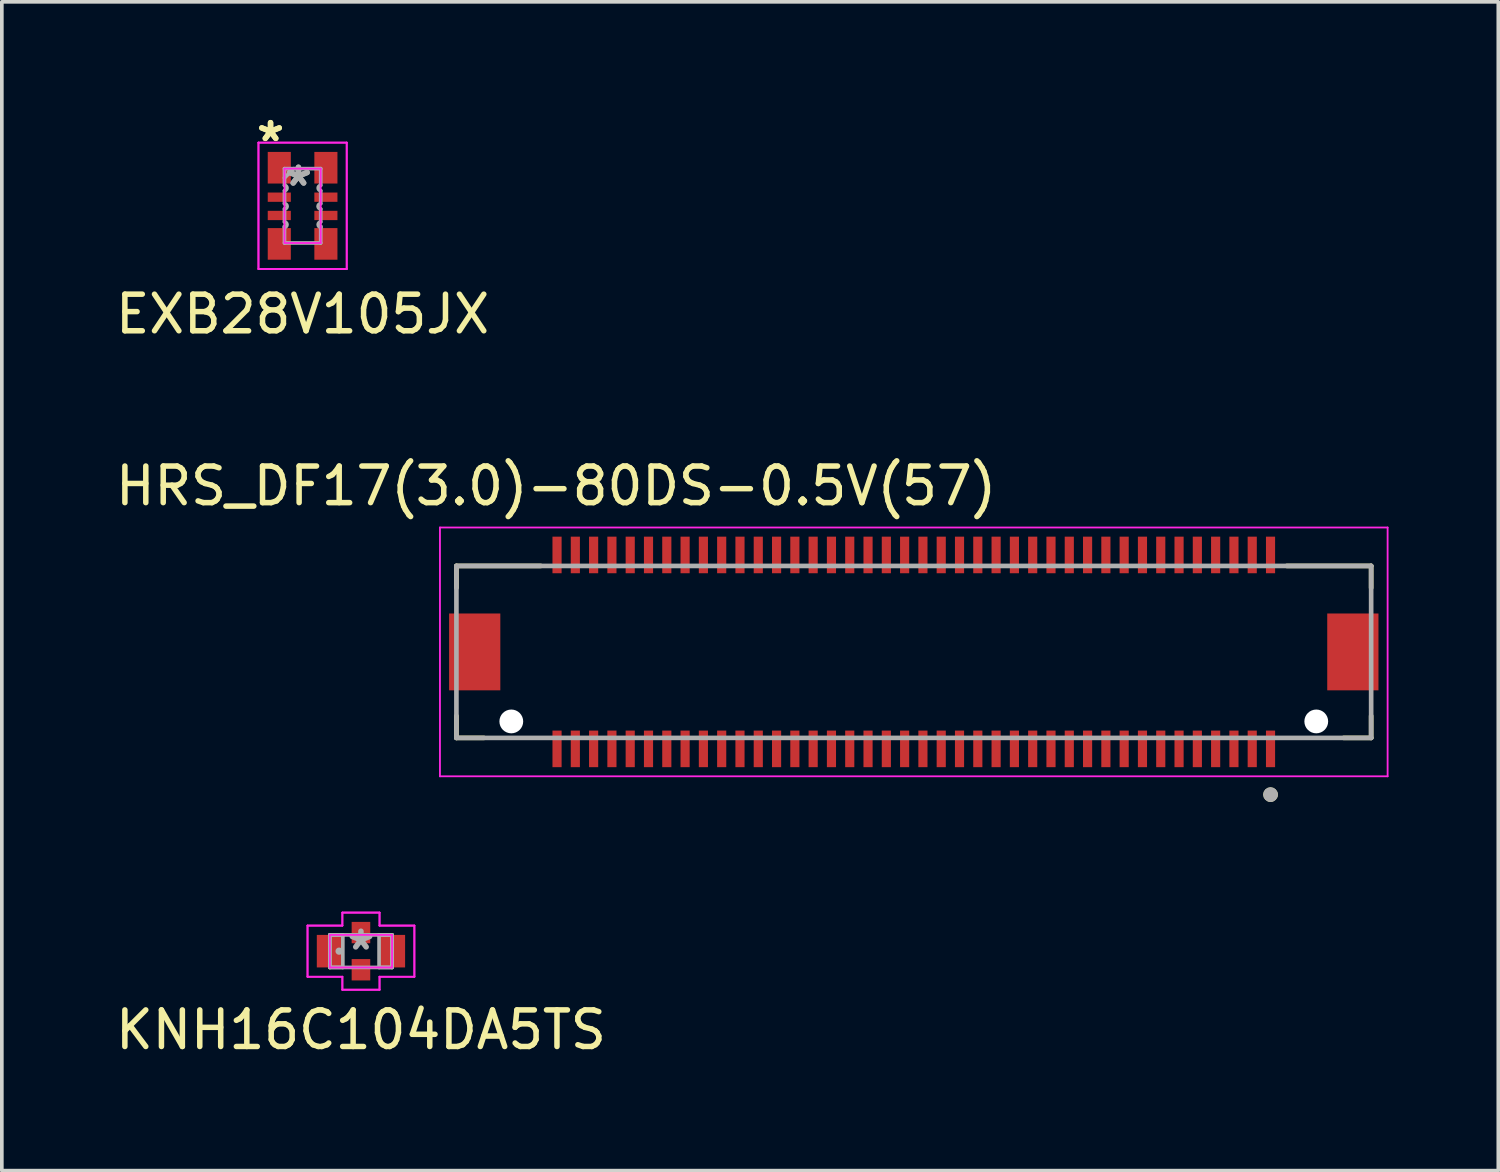
<source format=kicad_pcb>
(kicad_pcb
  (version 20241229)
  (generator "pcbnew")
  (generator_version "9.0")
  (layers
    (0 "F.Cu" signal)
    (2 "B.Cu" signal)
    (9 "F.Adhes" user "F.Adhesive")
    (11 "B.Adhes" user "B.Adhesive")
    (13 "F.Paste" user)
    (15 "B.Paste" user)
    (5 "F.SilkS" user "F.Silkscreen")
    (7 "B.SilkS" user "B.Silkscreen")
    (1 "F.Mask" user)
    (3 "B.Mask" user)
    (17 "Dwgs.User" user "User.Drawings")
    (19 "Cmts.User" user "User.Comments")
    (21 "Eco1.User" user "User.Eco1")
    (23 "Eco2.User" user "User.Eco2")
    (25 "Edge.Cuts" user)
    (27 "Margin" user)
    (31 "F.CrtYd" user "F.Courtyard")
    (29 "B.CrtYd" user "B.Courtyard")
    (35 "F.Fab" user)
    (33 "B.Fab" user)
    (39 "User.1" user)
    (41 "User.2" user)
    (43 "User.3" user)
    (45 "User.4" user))
  (footprint "HRS_DF17(3.0)-80DS-0.5V(57)"
    (layer "F.Cu")
    (at 21.924 14.767)
    (property "Reference" "HRS_DF17(3.0)-80DS-0.5V(57)" (at -9.775 -4.535 0) (layer "F.SilkS") (effects (font (size 1 1) (thickness 0.15))))
    (attr through_hole)
    (fp_line (start -12.5 -2.35) (end -12.5 -1.75) (stroke (width 0.127) (type solid)) (layer "F.SilkS"))
    (fp_line (start -12.5 2.35) (end -12.5 1.75) (stroke (width 0.127) (type solid)) (layer "F.SilkS"))
    (fp_line (start -12.5 2.35) (end -11.75 2.35) (stroke (width 0.127) (type solid)) (layer "F.SilkS"))
    (fp_line (start -10.195 -2.35) (end -12.5 -2.35) (stroke (width 0.127) (type solid)) (layer "F.SilkS"))
    (fp_line (start 11.75 2.35) (end 12.5 2.35) (stroke (width 0.127) (type solid)) (layer "F.SilkS"))
    (fp_line (start 12.5 -2.35) (end 10.195 -2.35) (stroke (width 0.127) (type solid)) (layer "F.SilkS"))
    (fp_line (start 12.5 -2.35) (end 12.5 -1.75) (stroke (width 0.127) (type solid)) (layer "F.SilkS"))
    (fp_line (start 12.5 2.35) (end 12.5 1.75) (stroke (width 0.127) (type solid)) (layer "F.SilkS"))
    (fp_circle (center 9.75 3.9) (end 9.85 3.9) (stroke (width 0.2) (type solid)) (fill no) (layer "F.SilkS"))
    (fp_line (start -12.95 -3.4) (end -12.95 3.4) (stroke (width 0.05) (type solid)) (layer "F.CrtYd"))
    (fp_line (start -12.95 3.4) (end 12.95 3.4) (stroke (width 0.05) (type solid)) (layer "F.CrtYd"))
    (fp_line (start 12.95 -3.4) (end -12.95 -3.4) (stroke (width 0.05) (type solid)) (layer "F.CrtYd"))
    (fp_line (start 12.95 3.4) (end 12.95 -3.4) (stroke (width 0.05) (type solid)) (layer "F.CrtYd"))
    (fp_line (start -12.5 -2.35) (end -12.5 2.35) (stroke (width 0.127) (type solid)) (layer "F.Fab"))
    (fp_line (start -12.5 2.35) (end 12.5 2.35) (stroke (width 0.127) (type solid)) (layer "F.Fab"))
    (fp_line (start 12.5 -2.35) (end -12.5 -2.35) (stroke (width 0.127) (type solid)) (layer "F.Fab"))
    (fp_line (start 12.5 2.35) (end 12.5 -2.35) (stroke (width 0.127) (type solid)) (layer "F.Fab"))
    (fp_circle (center 9.75 3.9) (end 9.85 3.9) (stroke (width 0.2) (type solid)) (fill no) (layer "F.Fab"))
    (pad "" np_thru_hole circle (at -11 1.9) (size 0.65 0.65) (drill 0.65) (layers "*.Cu" "*.Mask"))
    (pad "" np_thru_hole circle (at 11 1.9) (size 0.65 0.65) (drill 0.65) (layers "*.Cu" "*.Mask"))
    (pad "1" smd rect (at 9.75 2.65) (size 0.25 1) (layers "F.Cu" "F.Mask" "F.Paste"))
    (pad "2" smd rect (at 9.75 -2.65) (size 0.25 1) (layers "F.Cu" "F.Mask" "F.Paste"))
    (pad "3" smd rect (at 9.25 2.65) (size 0.25 1) (layers "F.Cu" "F.Mask" "F.Paste"))
    (pad "4" smd rect (at 9.25 -2.65) (size 0.25 1) (layers "F.Cu" "F.Mask" "F.Paste"))
    (pad "5" smd rect (at 8.75 2.65) (size 0.25 1) (layers "F.Cu" "F.Mask" "F.Paste"))
    (pad "6" smd rect (at 8.75 -2.65) (size 0.25 1) (layers "F.Cu" "F.Mask" "F.Paste"))
    (pad "7" smd rect (at 8.25 2.65) (size 0.25 1) (layers "F.Cu" "F.Mask" "F.Paste"))
    (pad "8" smd rect (at 8.25 -2.65) (size 0.25 1) (layers "F.Cu" "F.Mask" "F.Paste"))
    (pad "9" smd rect (at 7.75 2.65) (size 0.25 1) (layers "F.Cu" "F.Mask" "F.Paste"))
    (pad "10" smd rect (at 7.75 -2.65) (size 0.25 1) (layers "F.Cu" "F.Mask" "F.Paste"))
    (pad "11" smd rect (at 7.25 2.65) (size 0.25 1) (layers "F.Cu" "F.Mask" "F.Paste"))
    (pad "12" smd rect (at 7.25 -2.65) (size 0.25 1) (layers "F.Cu" "F.Mask" "F.Paste"))
    (pad "13" smd rect (at 6.75 2.65) (size 0.25 1) (layers "F.Cu" "F.Mask" "F.Paste"))
    (pad "14" smd rect (at 6.75 -2.65) (size 0.25 1) (layers "F.Cu" "F.Mask" "F.Paste"))
    (pad "15" smd rect (at 6.25 2.65) (size 0.25 1) (layers "F.Cu" "F.Mask" "F.Paste"))
    (pad "16" smd rect (at 6.25 -2.65) (size 0.25 1) (layers "F.Cu" "F.Mask" "F.Paste"))
    (pad "17" smd rect (at 5.75 2.65) (size 0.25 1) (layers "F.Cu" "F.Mask" "F.Paste"))
    (pad "18" smd rect (at 5.75 -2.65) (size 0.25 1) (layers "F.Cu" "F.Mask" "F.Paste"))
    (pad "19" smd rect (at 5.25 2.65) (size 0.25 1) (layers "F.Cu" "F.Mask" "F.Paste"))
    (pad "20" smd rect (at 5.25 -2.65) (size 0.25 1) (layers "F.Cu" "F.Mask" "F.Paste"))
    (pad "21" smd rect (at 4.75 2.65) (size 0.25 1) (layers "F.Cu" "F.Mask" "F.Paste"))
    (pad "22" smd rect (at 4.75 -2.65) (size 0.25 1) (layers "F.Cu" "F.Mask" "F.Paste"))
    (pad "23" smd rect (at 4.25 2.65) (size 0.25 1) (layers "F.Cu" "F.Mask" "F.Paste"))
    (pad "24" smd rect (at 4.25 -2.65) (size 0.25 1) (layers "F.Cu" "F.Mask" "F.Paste"))
    (pad "25" smd rect (at 3.75 2.65) (size 0.25 1) (layers "F.Cu" "F.Mask" "F.Paste"))
    (pad "26" smd rect (at 3.75 -2.65) (size 0.25 1) (layers "F.Cu" "F.Mask" "F.Paste"))
    (pad "27" smd rect (at 3.25 2.65) (size 0.25 1) (layers "F.Cu" "F.Mask" "F.Paste"))
    (pad "28" smd rect (at 3.25 -2.65) (size 0.25 1) (layers "F.Cu" "F.Mask" "F.Paste"))
    (pad "29" smd rect (at 2.75 2.65) (size 0.25 1) (layers "F.Cu" "F.Mask" "F.Paste"))
    (pad "30" smd rect (at 2.75 -2.65) (size 0.25 1) (layers "F.Cu" "F.Mask" "F.Paste"))
    (pad "31" smd rect (at 2.25 2.65) (size 0.25 1) (layers "F.Cu" "F.Mask" "F.Paste"))
    (pad "32" smd rect (at 2.25 -2.65) (size 0.25 1) (layers "F.Cu" "F.Mask" "F.Paste"))
    (pad "33" smd rect (at 1.75 2.65) (size 0.25 1) (layers "F.Cu" "F.Mask" "F.Paste"))
    (pad "34" smd rect (at 1.75 -2.65) (size 0.25 1) (layers "F.Cu" "F.Mask" "F.Paste"))
    (pad "35" smd rect (at 1.25 2.65) (size 0.25 1) (layers "F.Cu" "F.Mask" "F.Paste"))
    (pad "36" smd rect (at 1.25 -2.65) (size 0.25 1) (layers "F.Cu" "F.Mask" "F.Paste"))
    (pad "37" smd rect (at 0.75 2.65) (size 0.25 1) (layers "F.Cu" "F.Mask" "F.Paste"))
    (pad "38" smd rect (at 0.75 -2.65) (size 0.25 1) (layers "F.Cu" "F.Mask" "F.Paste"))
    (pad "39" smd rect (at 0.25 2.65) (size 0.25 1) (layers "F.Cu" "F.Mask" "F.Paste"))
    (pad "40" smd rect (at 0.25 -2.65) (size 0.25 1) (layers "F.Cu" "F.Mask" "F.Paste"))
    (pad "41" smd rect (at -0.25 2.65) (size 0.25 1) (layers "F.Cu" "F.Mask" "F.Paste"))
    (pad "42" smd rect (at -0.25 -2.65) (size 0.25 1) (layers "F.Cu" "F.Mask" "F.Paste"))
    (pad "43" smd rect (at -0.75 2.65) (size 0.25 1) (layers "F.Cu" "F.Mask" "F.Paste"))
    (pad "44" smd rect (at -0.75 -2.65) (size 0.25 1) (layers "F.Cu" "F.Mask" "F.Paste"))
    (pad "45" smd rect (at -1.25 2.65) (size 0.25 1) (layers "F.Cu" "F.Mask" "F.Paste"))
    (pad "46" smd rect (at -1.25 -2.65) (size 0.25 1) (layers "F.Cu" "F.Mask" "F.Paste"))
    (pad "47" smd rect (at -1.75 2.65) (size 0.25 1) (layers "F.Cu" "F.Mask" "F.Paste"))
    (pad "48" smd rect (at -1.75 -2.65) (size 0.25 1) (layers "F.Cu" "F.Mask" "F.Paste"))
    (pad "49" smd rect (at -2.25 2.65) (size 0.25 1) (layers "F.Cu" "F.Mask" "F.Paste"))
    (pad "50" smd rect (at -2.25 -2.65) (size 0.25 1) (layers "F.Cu" "F.Mask" "F.Paste"))
    (pad "51" smd rect (at -2.75 2.65) (size 0.25 1) (layers "F.Cu" "F.Mask" "F.Paste"))
    (pad "52" smd rect (at -2.75 -2.65) (size 0.25 1) (layers "F.Cu" "F.Mask" "F.Paste"))
    (pad "53" smd rect (at -3.25 2.65) (size 0.25 1) (layers "F.Cu" "F.Mask" "F.Paste"))
    (pad "54" smd rect (at -3.25 -2.65) (size 0.25 1) (layers "F.Cu" "F.Mask" "F.Paste"))
    (pad "55" smd rect (at -3.75 2.65) (size 0.25 1) (layers "F.Cu" "F.Mask" "F.Paste"))
    (pad "56" smd rect (at -3.75 -2.65) (size 0.25 1) (layers "F.Cu" "F.Mask" "F.Paste"))
    (pad "57" smd rect (at -4.25 2.65) (size 0.25 1) (layers "F.Cu" "F.Mask" "F.Paste"))
    (pad "58" smd rect (at -4.25 -2.65) (size 0.25 1) (layers "F.Cu" "F.Mask" "F.Paste"))
    (pad "59" smd rect (at -4.75 2.65) (size 0.25 1) (layers "F.Cu" "F.Mask" "F.Paste"))
    (pad "60" smd rect (at -4.75 -2.65) (size 0.25 1) (layers "F.Cu" "F.Mask" "F.Paste"))
    (pad "61" smd rect (at -5.25 2.65) (size 0.25 1) (layers "F.Cu" "F.Mask" "F.Paste"))
    (pad "62" smd rect (at -5.25 -2.65) (size 0.25 1) (layers "F.Cu" "F.Mask" "F.Paste"))
    (pad "63" smd rect (at -5.75 2.65) (size 0.25 1) (layers "F.Cu" "F.Mask" "F.Paste"))
    (pad "64" smd rect (at -5.75 -2.65) (size 0.25 1) (layers "F.Cu" "F.Mask" "F.Paste"))
    (pad "65" smd rect (at -6.25 2.65) (size 0.25 1) (layers "F.Cu" "F.Mask" "F.Paste"))
    (pad "66" smd rect (at -6.25 -2.65) (size 0.25 1) (layers "F.Cu" "F.Mask" "F.Paste"))
    (pad "67" smd rect (at -6.75 2.65) (size 0.25 1) (layers "F.Cu" "F.Mask" "F.Paste"))
    (pad "68" smd rect (at -6.75 -2.65) (size 0.25 1) (layers "F.Cu" "F.Mask" "F.Paste"))
    (pad "69" smd rect (at -7.25 2.65) (size 0.25 1) (layers "F.Cu" "F.Mask" "F.Paste"))
    (pad "70" smd rect (at -7.25 -2.65) (size 0.25 1) (layers "F.Cu" "F.Mask" "F.Paste"))
    (pad "71" smd rect (at -7.75 2.65) (size 0.25 1) (layers "F.Cu" "F.Mask" "F.Paste"))
    (pad "72" smd rect (at -7.75 -2.65) (size 0.25 1) (layers "F.Cu" "F.Mask" "F.Paste"))
    (pad "73" smd rect (at -8.25 2.65) (size 0.25 1) (layers "F.Cu" "F.Mask" "F.Paste"))
    (pad "74" smd rect (at -8.25 -2.65) (size 0.25 1) (layers "F.Cu" "F.Mask" "F.Paste"))
    (pad "75" smd rect (at -8.75 2.65) (size 0.25 1) (layers "F.Cu" "F.Mask" "F.Paste"))
    (pad "76" smd rect (at -8.75 -2.65) (size 0.25 1) (layers "F.Cu" "F.Mask" "F.Paste"))
    (pad "77" smd rect (at -9.25 2.65) (size 0.25 1) (layers "F.Cu" "F.Mask" "F.Paste"))
    (pad "78" smd rect (at -9.25 -2.65) (size 0.25 1) (layers "F.Cu" "F.Mask" "F.Paste"))
    (pad "79" smd rect (at -9.75 2.65) (size 0.25 1) (layers "F.Cu" "F.Mask" "F.Paste"))
    (pad "80" smd rect (at -9.75 -2.65) (size 0.25 1) (layers "F.Cu" "F.Mask" "F.Paste"))
    (pad "S1" smd rect (at 12 0) (size 1.4 2.1) (layers "F.Cu" "F.Mask" "F.Paste"))
    (pad "S2" smd rect (at -12 0) (size 1.4 2.1) (layers "F.Cu" "F.Mask" "F.Paste"))
    (zone (net_name "") (layer "F.Cu") (hatch full 0.508) (connect_pads) (min_thickness 0.01) (filled_areas_thickness no) (keepout (tracks not_allowed) (vias not_allowed) (pads not_allowed) (copperpour not_allowed) (footprints allowed)) (placement (enabled no)) (fill) (polygon (pts (xy 10.624 12.617) (xy 33.224 12.617) (xy 33.224 16.917) (xy 10.624 16.917))))
    (zone (net_name "") (layers "F.Cu" "B.Cu") (hatch full 0.508) (connect_pads) (min_thickness 0.01) (filled_areas_thickness no) (keepout (tracks allowed) (vias not_allowed) (pads allowed) (copperpour allowed) (footprints allowed)) (placement (enabled no)) (fill) (polygon (pts (xy 10.624 12.617) (xy 33.224 12.617) (xy 33.224 16.917) (xy 10.624 16.917)))))
  (footprint "EXB28V105JX"
    (layer "F.Cu")
    (at 5.22 2.575)
    (property "Reference" "EXB28V105JX" (at 0 2.96 0) (layer "F.SilkS") (effects (font (size 1 1) (thickness 0.15))))
    (attr through_hole)
    (fp_line (start -1.206 -1.727) (end 1.206 -1.727) (stroke (width 0.05) (type solid)) (layer "F.CrtYd"))
    (fp_line (start -1.206 -1.727) (end 1.206 -1.727) (stroke (width 0.05) (type solid)) (layer "F.CrtYd"))
    (fp_line (start -1.206 1.727) (end -1.206 -1.727) (stroke (width 0.05) (type solid)) (layer "F.CrtYd"))
    (fp_line (start -1.206 1.727) (end -1.206 -1.727) (stroke (width 0.05) (type solid)) (layer "F.CrtYd"))
    (fp_line (start -0.495 -1.016) (end 0.495 -1.016) (stroke (width 0.05) (type solid)) (layer "F.CrtYd"))
    (fp_line (start -0.495 1.016) (end -0.495 -1.016) (stroke (width 0.05) (type solid)) (layer "F.CrtYd"))
    (fp_line (start 0.495 -1.016) (end 0.495 1.016) (stroke (width 0.05) (type solid)) (layer "F.CrtYd"))
    (fp_line (start 0.495 1.016) (end -0.495 1.016) (stroke (width 0.05) (type solid)) (layer "F.CrtYd"))
    (fp_line (start 1.206 -1.727) (end 1.206 1.727) (stroke (width 0.05) (type solid)) (layer "F.CrtYd"))
    (fp_line (start 1.206 -1.727) (end 1.206 1.727) (stroke (width 0.05) (type solid)) (layer "F.CrtYd"))
    (fp_line (start 1.206 1.727) (end -1.206 1.727) (stroke (width 0.05) (type solid)) (layer "F.CrtYd"))
    (fp_line (start 1.206 1.727) (end -1.206 1.727) (stroke (width 0.05) (type solid)) (layer "F.CrtYd"))
    (fp_line (start -0.495 -1.016) (end 0.495 -1.016) (stroke (width 0.1) (type solid)) (layer "F.Fab"))
    (fp_line (start -0.495 -0.559) (end -0.495 -1.016) (stroke (width 0.1) (type solid)) (layer "F.Fab"))
    (fp_line (start -0.495 -0.414) (end -0.495 -0.059) (stroke (width 0.1) (type solid)) (layer "F.Fab"))
    (fp_line (start -0.495 0.086) (end -0.495 0.441) (stroke (width 0.1) (type solid)) (layer "F.Fab"))
    (fp_line (start -0.495 0.559) (end -0.495 1.016) (stroke (width 0.1) (type solid)) (layer "F.Fab"))
    (fp_line (start -0.495 0.586) (end -0.495 0.559) (stroke (width 0.1) (type solid)) (layer "F.Fab"))
    (fp_line (start -0.495 1.016) (end 0.495 1.016) (stroke (width 0.1) (type solid)) (layer "F.Fab"))
    (fp_line (start -0.241 -1.016) (end -0.495 -0.762) (stroke (width 0.1) (type solid)) (layer "F.Fab"))
    (fp_line (start 0.495 -0.559) (end 0.495 -1.016) (stroke (width 0.1) (type solid)) (layer "F.Fab"))
    (fp_line (start 0.495 -0.414) (end 0.495 -0.059) (stroke (width 0.1) (type solid)) (layer "F.Fab"))
    (fp_line (start 0.495 0.086) (end 0.495 0.441) (stroke (width 0.1) (type solid)) (layer "F.Fab"))
    (fp_line (start 0.495 0.559) (end 0.495 1.016) (stroke (width 0.1) (type solid)) (layer "F.Fab"))
    (fp_line (start 0.495 0.586) (end 0.495 0.559) (stroke (width 0.1) (type solid)) (layer "F.Fab"))
    (fp_arc (start -0.4953 -0.5588) (mid -0.423037 -0.486537) (end -0.4953 -0.414274) (stroke (width 0.1) (type solid)) (layer "F.Fab"))
    (fp_arc (start -0.4953 -0.058674) (mid -0.423037 0.013589) (end -0.4953 0.085852) (stroke (width 0.1) (type solid)) (layer "F.Fab"))
    (fp_arc (start -0.4953 0.441452) (mid -0.423037 0.513715) (end -0.4953 0.585978) (stroke (width 0.1) (type solid)) (layer "F.Fab"))
    (fp_arc (start 0.4953 -0.414274) (mid 0.423037 -0.486537) (end 0.4953 -0.5588) (stroke (width 0.1) (type solid)) (layer "F.Fab"))
    (fp_arc (start 0.4953 0.085852) (mid 0.423037 0.013589) (end 0.4953 -0.058674) (stroke (width 0.1) (type solid)) (layer "F.Fab"))
    (fp_arc (start 0.4953 0.585978) (mid 0.423037 0.513715) (end 0.4953 0.441452) (stroke (width 0.1) (type solid)) (layer "F.Fab"))
    (fp_text user "*" (at -0.876 -1.727 0) (layer "F.SilkS") (effects (font (size 1 1) (thickness 0.15))))
    (fp_text user "*" (at -0.876 -1.727 0) (layer "F.SilkS") (effects (font (size 1 1) (thickness 0.15))))
    (fp_text user "*" (at -0.114 -0.508 0) (layer "F.Fab") (effects (font (size 1 1) (thickness 0.15))))
    (fp_text user "*" (at -0.114 -0.508 0) (layer "F.Fab") (effects (font (size 1 1) (thickness 0.15))))
    (pad "1" smd rect (at -0.637 -1.041) (size 0.631 0.864) (layers "F.Cu" "F.Mask" "F.Paste"))
    (pad "2" smd rect (at -0.637 -0.236) (size 0.631 0.254) (layers "F.Cu" "F.Mask" "F.Paste"))
    (pad "3" smd rect (at -0.637 0.264) (size 0.631 0.254) (layers "F.Cu" "F.Mask" "F.Paste"))
    (pad "4" smd rect (at -0.637 1.041) (size 0.631 0.864) (layers "F.Cu" "F.Mask" "F.Paste"))
    (pad "5" smd rect (at 0.637 1.041) (size 0.631 0.864) (layers "F.Cu" "F.Mask" "F.Paste"))
    (pad "6" smd rect (at 0.637 0.264) (size 0.631 0.254) (layers "F.Cu" "F.Mask" "F.Paste"))
    (pad "7" smd rect (at 0.637 -0.236) (size 0.631 0.254) (layers "F.Cu" "F.Mask" "F.Paste"))
    (pad "8" smd rect (at 0.637 -1.041) (size 0.631 0.864) (layers "F.Cu" "F.Mask" "F.Paste")))
  (footprint "KNH16C104DA5TS"
    (layer "F.Cu")
    (at 6.815 22.946)
    (property "Reference" "KNH16C104DA5TS" (at 0 2.15 0) (layer "F.SilkS") (effects (font (size 1 1) (thickness 0.15))))
    (attr smd)
    (fp_line (start -1.46 -0.699) (end -0.508 -0.699) (stroke (width 0.05) (type solid)) (layer "F.CrtYd"))
    (fp_line (start -1.46 -0.699) (end -0.508 -0.699) (stroke (width 0.05) (type solid)) (layer "F.CrtYd"))
    (fp_line (start -1.46 0.699) (end -1.46 -0.699) (stroke (width 0.05) (type solid)) (layer "F.CrtYd"))
    (fp_line (start -1.46 0.699) (end -1.46 -0.699) (stroke (width 0.05) (type solid)) (layer "F.CrtYd"))
    (fp_line (start -1.46 0.699) (end -0.508 0.699) (stroke (width 0.05) (type solid)) (layer "F.CrtYd"))
    (fp_line (start -0.851 -0.445) (end 0.851 -0.445) (stroke (width 0.05) (type solid)) (layer "F.CrtYd"))
    (fp_line (start -0.851 0.445) (end -0.851 -0.445) (stroke (width 0.05) (type solid)) (layer "F.CrtYd"))
    (fp_line (start -0.508 -1.054) (end 0.508 -1.054) (stroke (width 0.05) (type solid)) (layer "F.CrtYd"))
    (fp_line (start -0.508 -1.054) (end 0.508 -1.054) (stroke (width 0.05) (type solid)) (layer "F.CrtYd"))
    (fp_line (start -0.508 -0.699) (end -0.508 -1.054) (stroke (width 0.05) (type solid)) (layer "F.CrtYd"))
    (fp_line (start -0.508 -0.699) (end -0.508 -1.054) (stroke (width 0.05) (type solid)) (layer "F.CrtYd"))
    (fp_line (start -0.508 0.699) (end -1.46 0.699) (stroke (width 0.05) (type solid)) (layer "F.CrtYd"))
    (fp_line (start -0.508 0.699) (end -0.508 1.054) (stroke (width 0.05) (type solid)) (layer "F.CrtYd"))
    (fp_line (start -0.508 1.054) (end -0.508 0.699) (stroke (width 0.05) (type solid)) (layer "F.CrtYd"))
    (fp_line (start -0.508 1.054) (end 0.508 1.054) (stroke (width 0.05) (type solid)) (layer "F.CrtYd"))
    (fp_line (start 0.508 -1.054) (end 0.508 -0.699) (stroke (width 0.05) (type solid)) (layer "F.CrtYd"))
    (fp_line (start 0.508 -0.699) (end 0.508 -1.054) (stroke (width 0.05) (type solid)) (layer "F.CrtYd"))
    (fp_line (start 0.508 -0.699) (end 1.46 -0.699) (stroke (width 0.05) (type solid)) (layer "F.CrtYd"))
    (fp_line (start 0.508 0.699) (end 0.508 1.054) (stroke (width 0.05) (type solid)) (layer "F.CrtYd"))
    (fp_line (start 0.508 0.699) (end 0.508 1.054) (stroke (width 0.05) (type solid)) (layer "F.CrtYd"))
    (fp_line (start 0.508 1.054) (end -0.508 1.054) (stroke (width 0.05) (type solid)) (layer "F.CrtYd"))
    (fp_line (start 0.851 -0.445) (end 0.851 0.445) (stroke (width 0.05) (type solid)) (layer "F.CrtYd"))
    (fp_line (start 0.851 0.445) (end -0.851 0.445) (stroke (width 0.05) (type solid)) (layer "F.CrtYd"))
    (fp_line (start 1.46 -0.699) (end 0.508 -0.699) (stroke (width 0.05) (type solid)) (layer "F.CrtYd"))
    (fp_line (start 1.46 -0.699) (end 1.46 0.699) (stroke (width 0.05) (type solid)) (layer "F.CrtYd"))
    (fp_line (start 1.46 0.699) (end 0.508 0.699) (stroke (width 0.05) (type solid)) (layer "F.CrtYd"))
    (fp_line (start 1.46 0.699) (end 0.508 0.699) (stroke (width 0.05) (type solid)) (layer "F.CrtYd"))
    (fp_line (start 1.46 0.699) (end 1.46 -0.699) (stroke (width 0.05) (type solid)) (layer "F.CrtYd"))
    (fp_line (start -0.851 -0.445) (end -0.851 0.445) (stroke (width 0.1) (type solid)) (layer "F.Fab"))
    (fp_line (start -0.851 -0.445) (end -0.851 0.445) (stroke (width 0.1) (type solid)) (layer "F.Fab"))
    (fp_line (start -0.851 0.445) (end -0.495 0.445) (stroke (width 0.1) (type solid)) (layer "F.Fab"))
    (fp_line (start -0.851 0.445) (end 0.851 0.445) (stroke (width 0.1) (type solid)) (layer "F.Fab"))
    (fp_line (start -0.495 -0.445) (end -0.851 -0.445) (stroke (width 0.1) (type solid)) (layer "F.Fab"))
    (fp_line (start -0.495 0.445) (end -0.495 -0.445) (stroke (width 0.1) (type solid)) (layer "F.Fab"))
    (fp_line (start 0.495 -0.445) (end 0.495 0.445) (stroke (width 0.1) (type solid)) (layer "F.Fab"))
    (fp_line (start 0.495 0.445) (end 0.851 0.445) (stroke (width 0.1) (type solid)) (layer "F.Fab"))
    (fp_line (start 0.851 -0.445) (end -0.851 -0.445) (stroke (width 0.1) (type solid)) (layer "F.Fab"))
    (fp_line (start 0.851 -0.445) (end 0.495 -0.445) (stroke (width 0.1) (type solid)) (layer "F.Fab"))
    (fp_line (start 0.851 0.445) (end 0.851 -0.445) (stroke (width 0.1) (type solid)) (layer "F.Fab"))
    (fp_line (start 0.851 0.445) (end 0.851 -0.445) (stroke (width 0.1) (type solid)) (layer "F.Fab"))
    (fp_circle (center -0.597 0) (end -0.597 0) (stroke (width 0.1) (type solid)) (fill no) (layer "F.Fab"))
    (fp_text user "*" (at 0 0 0) (layer "F.Fab") (effects (font (size 1 1) (thickness 0.15))))
    (pad "1" smd rect (at -0.851 0) (size 0.711 0.889) (layers "F.Cu" "F.Mask" "F.Paste"))
    (pad "2" smd rect (at 0.851 0) (size 0.711 0.889) (layers "F.Cu" "F.Mask" "F.Paste"))
    (pad "3" smd rect (at 0 -0.508) (size 0.508 0.584) (layers "F.Cu" "F.Mask" "F.Paste"))
    (pad "3" smd rect (at 0 0.508) (size 0.508 0.584) (layers "F.Cu" "F.Mask" "F.Paste")))
  (gr_rect
    (start -3 -3)
    (end 37.899 28.944)
    (stroke (width 0.1) (type default))
    (fill no)
    (layer "Edge.Cuts")))
</source>
